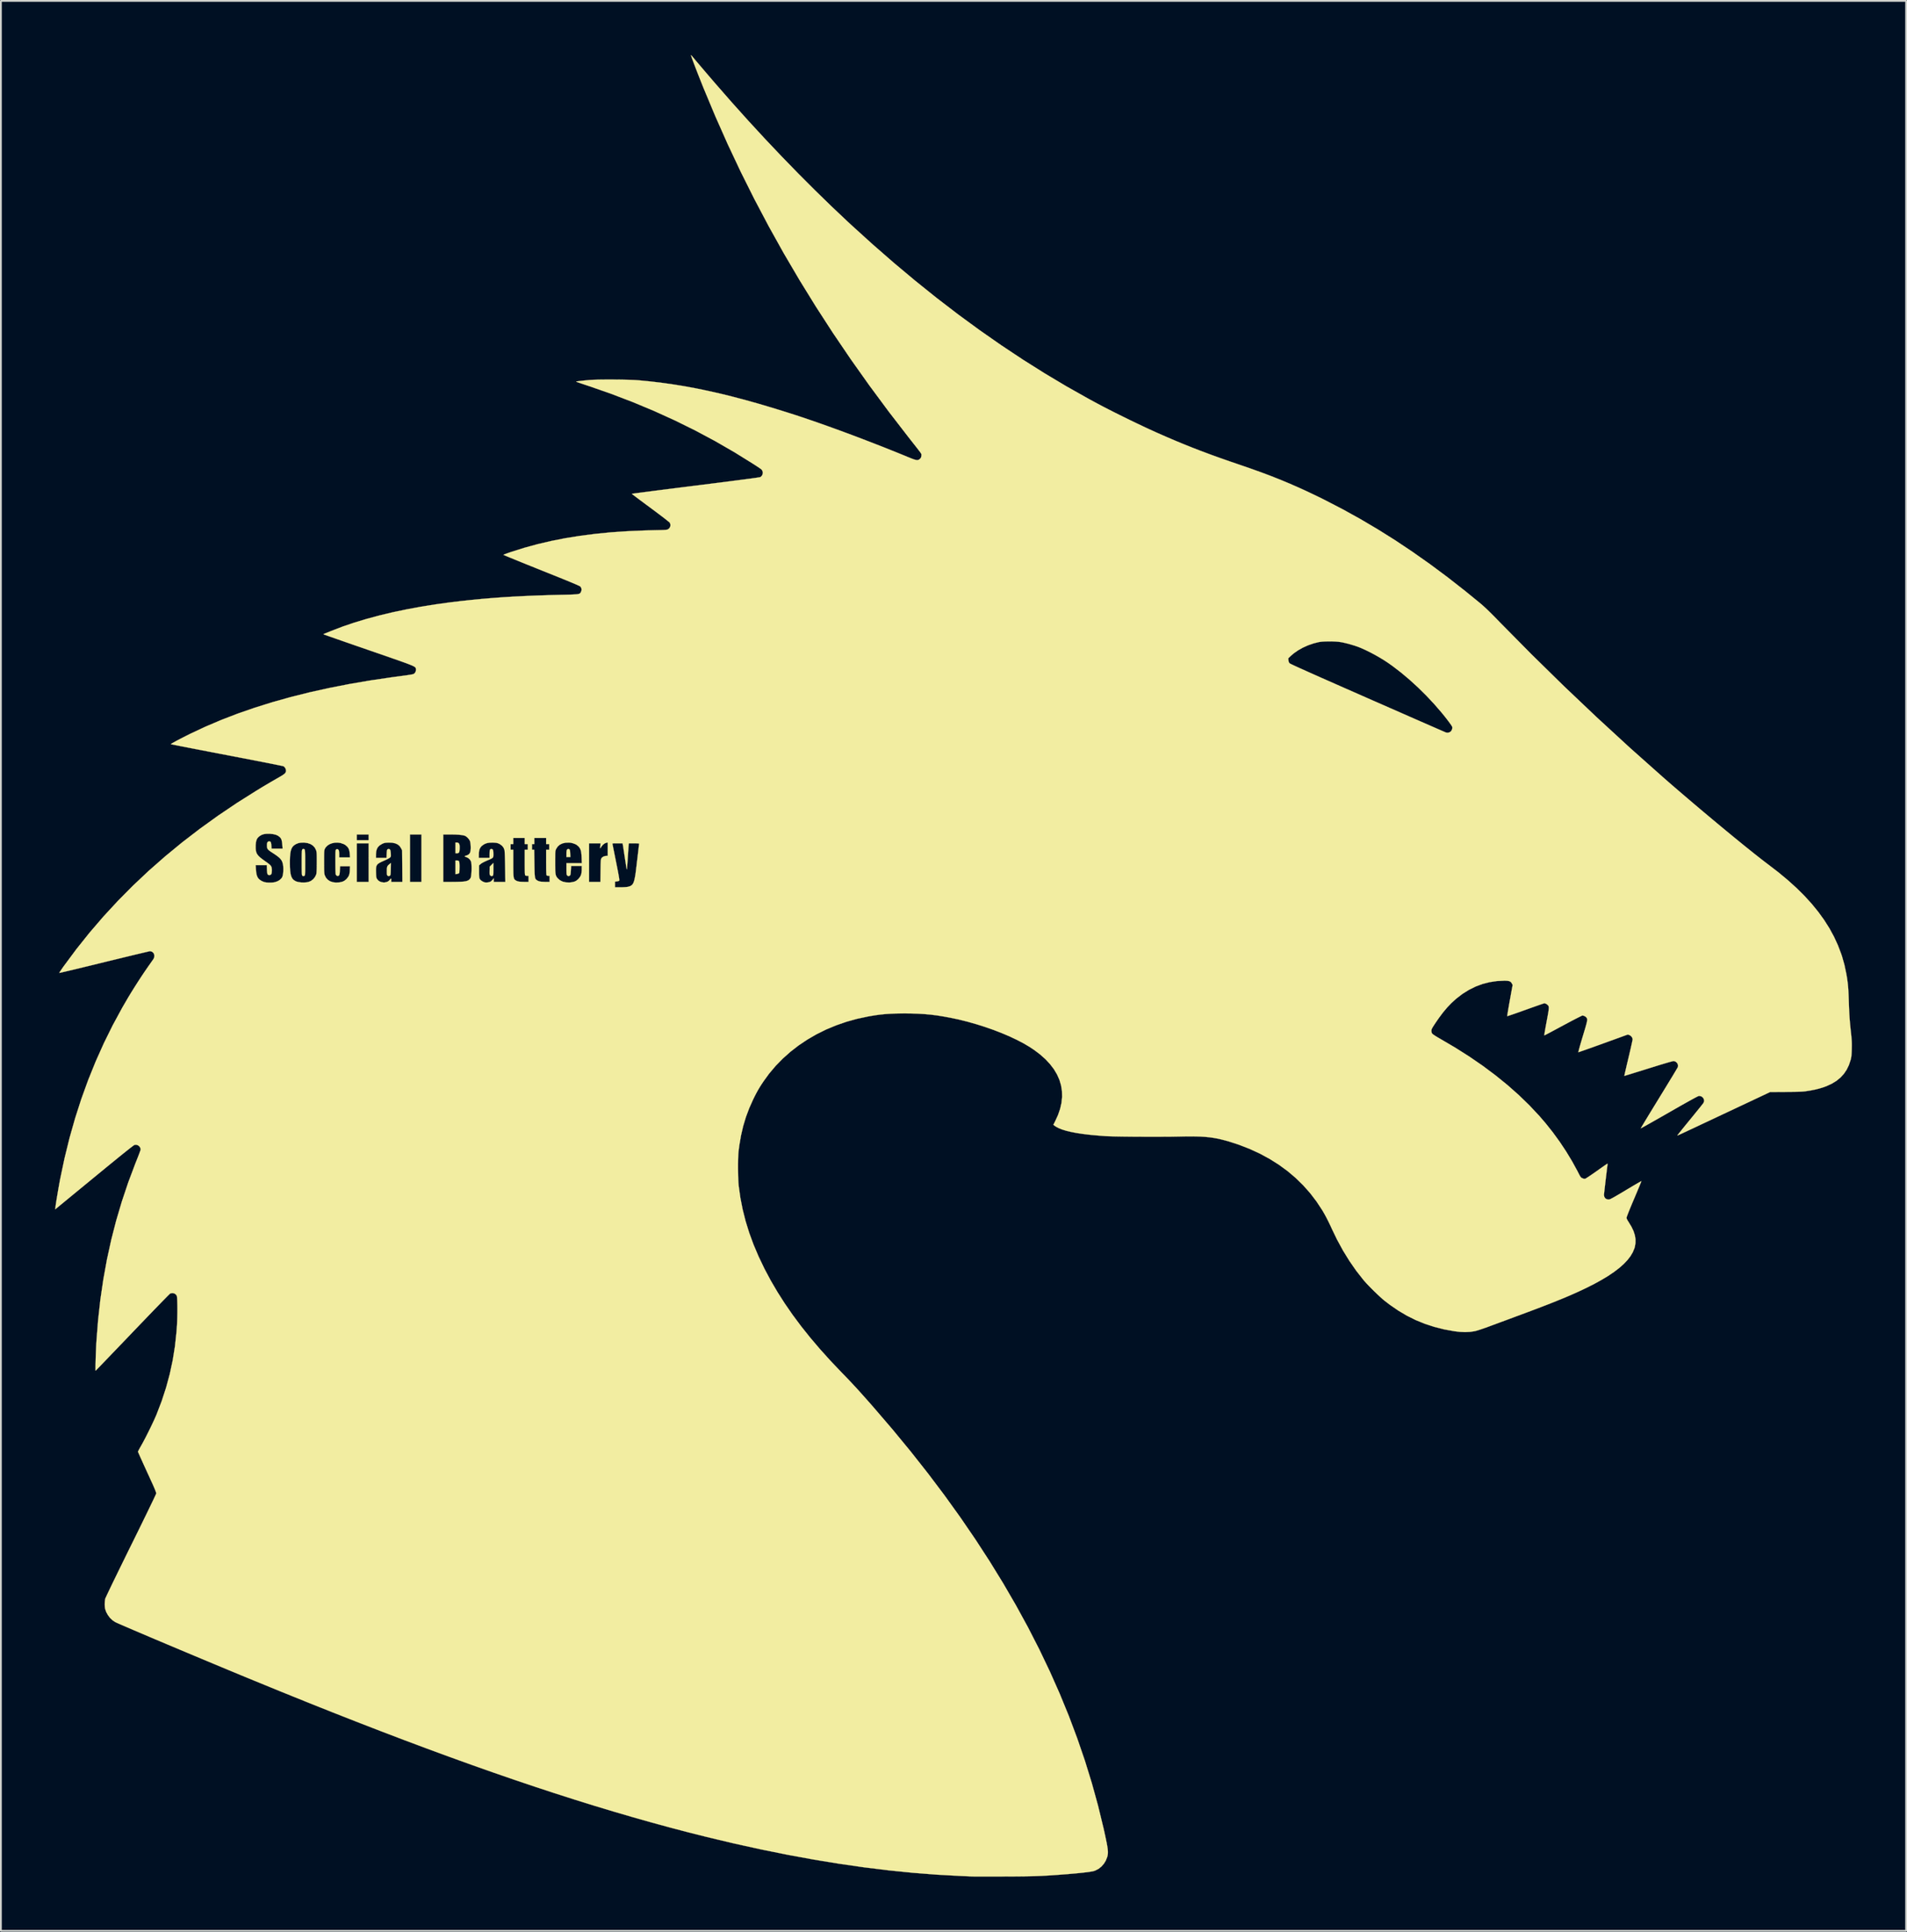
<source format=kicad_pcb>
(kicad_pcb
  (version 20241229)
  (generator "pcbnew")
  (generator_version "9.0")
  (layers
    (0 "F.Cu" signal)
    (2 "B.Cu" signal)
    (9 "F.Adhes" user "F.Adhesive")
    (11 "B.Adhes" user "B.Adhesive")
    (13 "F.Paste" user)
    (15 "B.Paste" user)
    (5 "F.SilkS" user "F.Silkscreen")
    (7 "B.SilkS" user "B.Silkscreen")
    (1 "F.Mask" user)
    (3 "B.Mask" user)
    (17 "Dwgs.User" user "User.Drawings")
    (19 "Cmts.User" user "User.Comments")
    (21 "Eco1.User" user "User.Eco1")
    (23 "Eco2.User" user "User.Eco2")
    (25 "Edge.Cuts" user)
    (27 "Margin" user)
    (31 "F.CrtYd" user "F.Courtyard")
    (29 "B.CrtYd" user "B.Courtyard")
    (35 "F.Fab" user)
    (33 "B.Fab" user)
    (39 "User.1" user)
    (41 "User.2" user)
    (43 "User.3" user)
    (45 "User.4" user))
  (footprint "Badge_DragonJAR_2024_cuerpo"
    (layer "F.Cu")
    (at 49.711 50.359)
    (property "Reference" "Badge_DragonJAR_2024_cuerpo" (at 0 0 0) (layer "F.SilkS") (effects (font (size 1.27 1.27) (thickness 0.15))))
    (attr through_hole)
    (fp_poly (pts (xy -21.277 -6.45) (xy -21.248 -6.429) (xy -21.23 -6.387) (xy -21.219 -6.316) (xy -21.213 -6.214) (xy -21.204 -6.011) (xy -21.421 -6.011) (xy -21.421 -6.2) (xy -21.417 -6.313) (xy -21.404 -6.389) (xy -21.379 -6.434) (xy -21.342 -6.454) (xy -21.319 -6.456) (xy -21.277 -6.45)) (stroke (width 0.01) (type solid)) (fill yes) (layer "F.SilkS"))
    (fp_poly (pts (xy -27.419 -6.804) (xy -27.372 -6.768) (xy -27.342 -6.704) (xy -27.328 -6.607) (xy -27.329 -6.474) (xy -27.331 -6.444) (xy -27.341 -6.344) (xy -27.359 -6.278) (xy -27.39 -6.241) (xy -27.437 -6.225) (xy -27.477 -6.223) (xy -27.559 -6.223) (xy -27.559 -6.816) (xy -27.486 -6.816) (xy -27.419 -6.804)) (stroke (width 0.01) (type solid)) (fill yes) (layer "F.SilkS"))
    (fp_poly (pts (xy -27.434 -5.818) (xy -27.394 -5.807) (xy -27.367 -5.781) (xy -27.35 -5.734) (xy -27.341 -5.661) (xy -27.337 -5.555) (xy -27.337 -5.453) (xy -27.339 -5.308) (xy -27.344 -5.204) (xy -27.353 -5.141) (xy -27.362 -5.121) (xy -27.397 -5.101) (xy -27.455 -5.084) (xy -27.473 -5.08) (xy -27.559 -5.065) (xy -27.559 -5.821) (xy -27.489 -5.821) (xy -27.434 -5.818)) (stroke (width 0.01) (type solid)) (fill yes) (layer "F.SilkS"))
    (fp_poly (pts (xy -25.463 -5.34) (xy -25.464 -5.211) (xy -25.465 -5.119) (xy -25.469 -5.056) (xy -25.475 -5.016) (xy -25.484 -4.992) (xy -25.498 -4.979) (xy -25.504 -4.975) (xy -25.557 -4.955) (xy -25.598 -4.966) (xy -25.635 -4.997) (xy -25.655 -5.021) (xy -25.667 -5.05) (xy -25.673 -5.093) (xy -25.674 -5.161) (xy -25.672 -5.261) (xy -25.672 -5.262) (xy -25.665 -5.482) (xy -25.564 -5.582) (xy -25.463 -5.683) (xy -25.463 -5.34)) (stroke (width 0.01) (type solid)) (fill yes) (layer "F.SilkS"))
    (fp_poly (pts (xy -31.14 -5.347) (xy -31.143 -5.22) (xy -31.147 -5.128) (xy -31.152 -5.066) (xy -31.159 -5.025) (xy -31.17 -5.001) (xy -31.185 -4.985) (xy -31.188 -4.983) (xy -31.24 -4.956) (xy -31.287 -4.964) (xy -31.317 -4.983) (xy -31.336 -5.001) (xy -31.348 -5.029) (xy -31.355 -5.075) (xy -31.358 -5.148) (xy -31.358 -5.236) (xy -31.356 -5.352) (xy -31.347 -5.436) (xy -31.326 -5.499) (xy -31.29 -5.551) (xy -31.234 -5.602) (xy -31.203 -5.627) (xy -31.133 -5.68) (xy -31.14 -5.347)) (stroke (width 0.01) (type solid)) (fill yes) (layer "F.SilkS"))
    (fp_poly (pts (xy -35.948 -6.455) (xy -35.927 -6.449) (xy -35.912 -6.434) (xy -35.899 -6.405) (xy -35.891 -6.36) (xy -35.885 -6.293) (xy -35.881 -6.201) (xy -35.879 -6.079) (xy -35.878 -5.924) (xy -35.878 -5.731) (xy -35.877 -5.701) (xy -35.878 -5.51) (xy -35.878 -5.356) (xy -35.879 -5.236) (xy -35.881 -5.146) (xy -35.884 -5.08) (xy -35.888 -5.035) (xy -35.894 -5.006) (xy -35.902 -4.989) (xy -35.912 -4.979) (xy -35.918 -4.975) (xy -35.971 -4.955) (xy -36.011 -4.966) (xy -36.035 -4.986) (xy -36.044 -5) (xy -36.051 -5.024) (xy -36.057 -5.062) (xy -36.061 -5.118) (xy -36.064 -5.198) (xy -36.066 -5.304) (xy -36.068 -5.443) (xy -36.068 -5.617) (xy -36.068 -5.712) (xy -36.068 -5.909) (xy -36.067 -6.068) (xy -36.065 -6.192) (xy -36.061 -6.287) (xy -36.056 -6.356) (xy -36.047 -6.403) (xy -36.035 -6.432) (xy -36.019 -6.448) (xy -35.999 -6.455) (xy -35.974 -6.456) (xy -35.973 -6.456) (xy -35.948 -6.455)) (stroke (width 0.01) (type solid)) (fill yes) (layer "F.SilkS"))
    (fp_poly (pts (xy -14.511 -50.345) (xy -14.477 -50.311) (xy -14.451 -50.28) (xy -14.39 -50.207) (xy -14.305 -50.105) (xy -14.2 -49.98) (xy -14.078 -49.837) (xy -13.944 -49.679) (xy -13.801 -49.511) (xy -13.653 -49.337) (xy -13.503 -49.163) (xy -13.356 -48.991) (xy -13.215 -48.828) (xy -13.145 -48.747) (xy -12.259 -47.734) (xy -11.357 -46.73) (xy -10.445 -45.741) (xy -9.525 -44.77) (xy -8.603 -43.821) (xy -7.682 -42.899) (xy -6.767 -42.008) (xy -5.86 -41.151) (xy -5.667 -40.972) (xy -4.484 -39.9) (xy -3.303 -38.87) (xy -2.12 -37.88) (xy -0.937 -36.931) (xy 0.25 -36.021) (xy 1.44 -35.15) (xy 2.634 -34.317) (xy 3.833 -33.521) (xy 5.039 -32.762) (xy 6.253 -32.038) (xy 7.475 -31.35) (xy 7.927 -31.105) (xy 8.24 -30.94) (xy 8.584 -30.762) (xy 8.95 -30.577) (xy 9.33 -30.388) (xy 9.717 -30.198) (xy 10.102 -30.012) (xy 10.477 -29.834) (xy 10.835 -29.667) (xy 11.167 -29.516) (xy 11.285 -29.463) (xy 11.784 -29.244) (xy 12.269 -29.037) (xy 12.747 -28.839) (xy 13.224 -28.648) (xy 13.708 -28.461) (xy 14.205 -28.275) (xy 14.723 -28.088) (xy 15.268 -27.897) (xy 15.847 -27.699) (xy 15.862 -27.694) (xy 16.461 -27.487) (xy 17.027 -27.284) (xy 17.566 -27.081) (xy 18.087 -26.875) (xy 18.597 -26.662) (xy 19.104 -26.44) (xy 19.615 -26.206) (xy 20.139 -25.955) (xy 20.532 -25.761) (xy 21.521 -25.249) (xy 22.501 -24.707) (xy 23.473 -24.133) (xy 24.44 -23.526) (xy 25.403 -22.883) (xy 26.365 -22.205) (xy 27.328 -21.489) (xy 28.295 -20.733) (xy 29.079 -20.094) (xy 29.184 -20.006) (xy 29.287 -19.916) (xy 29.391 -19.822) (xy 29.501 -19.72) (xy 29.62 -19.604) (xy 29.754 -19.473) (xy 29.905 -19.321) (xy 30.077 -19.146) (xy 30.239 -18.979) (xy 31.987 -17.211) (xy 33.768 -15.465) (xy 35.58 -13.746) (xy 37.417 -12.057) (xy 39.254 -10.423) (xy 39.57 -10.147) (xy 39.9 -9.861) (xy 40.242 -9.567) (xy 40.593 -9.268) (xy 40.949 -8.965) (xy 41.309 -8.66) (xy 41.671 -8.356) (xy 42.03 -8.056) (xy 42.385 -7.76) (xy 42.734 -7.471) (xy 43.073 -7.192) (xy 43.4 -6.925) (xy 43.712 -6.671) (xy 44.008 -6.433) (xy 44.283 -6.213) (xy 44.536 -6.013) (xy 44.764 -5.835) (xy 44.964 -5.682) (xy 45.074 -5.599) (xy 45.636 -5.167) (xy 46.157 -4.735) (xy 46.637 -4.301) (xy 47.077 -3.865) (xy 47.478 -3.425) (xy 47.84 -2.981) (xy 48.166 -2.531) (xy 48.455 -2.075) (xy 48.708 -1.611) (xy 48.926 -1.138) (xy 49.11 -0.656) (xy 49.158 -0.511) (xy 49.288 -0.052) (xy 49.391 0.436) (xy 49.413 0.558) (xy 49.438 0.714) (xy 49.458 0.858) (xy 49.475 0.996) (xy 49.489 1.136) (xy 49.501 1.287) (xy 49.51 1.455) (xy 49.519 1.647) (xy 49.527 1.872) (xy 49.53 1.961) (xy 49.539 2.22) (xy 49.548 2.447) (xy 49.558 2.652) (xy 49.57 2.847) (xy 49.585 3.04) (xy 49.603 3.244) (xy 49.625 3.467) (xy 49.649 3.694) (xy 49.668 3.876) (xy 49.682 4.027) (xy 49.691 4.158) (xy 49.696 4.281) (xy 49.697 4.406) (xy 49.695 4.544) (xy 49.694 4.604) (xy 49.689 4.757) (xy 49.683 4.877) (xy 49.675 4.975) (xy 49.663 5.058) (xy 49.648 5.136) (xy 49.63 5.21) (xy 49.536 5.493) (xy 49.411 5.75) (xy 49.255 5.981) (xy 49.065 6.187) (xy 48.842 6.368) (xy 48.584 6.525) (xy 48.292 6.659) (xy 48.091 6.731) (xy 47.882 6.794) (xy 47.663 6.848) (xy 47.423 6.895) (xy 47.17 6.935) (xy 47.094 6.945) (xy 47.011 6.954) (xy 46.916 6.96) (xy 46.804 6.966) (xy 46.671 6.97) (xy 46.512 6.973) (xy 46.321 6.975) (xy 46.093 6.977) (xy 46.048 6.977) (xy 45.18 6.982) (xy 42.968 8.023) (xy 42.578 8.206) (xy 42.223 8.373) (xy 41.904 8.524) (xy 41.617 8.658) (xy 41.361 8.778) (xy 41.135 8.885) (xy 40.937 8.978) (xy 40.764 9.059) (xy 40.615 9.129) (xy 40.488 9.188) (xy 40.382 9.237) (xy 40.294 9.278) (xy 40.224 9.31) (xy 40.168 9.336) (xy 40.125 9.355) (xy 40.094 9.368) (xy 40.073 9.377) (xy 40.059 9.382) (xy 40.051 9.383) (xy 40.048 9.383) (xy 40.047 9.381) (xy 40.047 9.38) (xy 40.06 9.361) (xy 40.098 9.313) (xy 40.157 9.238) (xy 40.236 9.14) (xy 40.331 9.021) (xy 40.441 8.885) (xy 40.563 8.735) (xy 40.695 8.574) (xy 40.749 8.508) (xy 40.885 8.342) (xy 41.013 8.184) (xy 41.132 8.037) (xy 41.239 7.905) (xy 41.33 7.792) (xy 41.403 7.7) (xy 41.456 7.633) (xy 41.485 7.594) (xy 41.489 7.588) (xy 41.523 7.5) (xy 41.52 7.41) (xy 41.486 7.327) (xy 41.427 7.259) (xy 41.347 7.214) (xy 41.252 7.199) (xy 41.235 7.2) (xy 41.206 7.21) (xy 41.15 7.235) (xy 41.066 7.278) (xy 40.953 7.338) (xy 40.811 7.416) (xy 40.637 7.512) (xy 40.43 7.628) (xy 40.191 7.763) (xy 39.918 7.919) (xy 39.609 8.096) (xy 39.596 8.103) (xy 39.359 8.239) (xy 39.134 8.367) (xy 38.922 8.488) (xy 38.725 8.6) (xy 38.548 8.7) (xy 38.391 8.788) (xy 38.259 8.862) (xy 38.154 8.921) (xy 38.078 8.962) (xy 38.034 8.986) (xy 38.024 8.99) (xy 38.033 8.971) (xy 38.063 8.918) (xy 38.112 8.835) (xy 38.179 8.723) (xy 38.262 8.585) (xy 38.36 8.424) (xy 38.47 8.242) (xy 38.592 8.042) (xy 38.724 7.826) (xy 38.865 7.596) (xy 39.012 7.356) (xy 39.033 7.321) (xy 39.182 7.079) (xy 39.325 6.845) (xy 39.46 6.624) (xy 39.586 6.417) (xy 39.701 6.228) (xy 39.804 6.059) (xy 39.892 5.912) (xy 39.965 5.79) (xy 40.02 5.696) (xy 40.057 5.633) (xy 40.073 5.603) (xy 40.074 5.602) (xy 40.084 5.515) (xy 40.06 5.428) (xy 40.009 5.353) (xy 39.936 5.297) (xy 39.85 5.271) (xy 39.832 5.271) (xy 39.795 5.277) (xy 39.72 5.296) (xy 39.609 5.326) (xy 39.466 5.367) (xy 39.292 5.419) (xy 39.09 5.479) (xy 38.863 5.549) (xy 38.613 5.627) (xy 38.433 5.683) (xy 38.206 5.754) (xy 37.992 5.821) (xy 37.793 5.882) (xy 37.613 5.938) (xy 37.456 5.987) (xy 37.324 6.027) (xy 37.221 6.058) (xy 37.15 6.079) (xy 37.115 6.088) (xy 37.112 6.089) (xy 37.115 6.067) (xy 37.128 6.009) (xy 37.148 5.918) (xy 37.176 5.797) (xy 37.21 5.652) (xy 37.248 5.485) (xy 37.292 5.302) (xy 37.338 5.106) (xy 37.385 4.908) (xy 37.429 4.72) (xy 37.469 4.548) (xy 37.503 4.395) (xy 37.532 4.266) (xy 37.553 4.166) (xy 37.567 4.098) (xy 37.571 4.069) (xy 37.552 3.986) (xy 37.5 3.909) (xy 37.427 3.85) (xy 37.389 3.833) (xy 37.303 3.803) (xy 35.945 4.295) (xy 35.716 4.378) (xy 35.498 4.456) (xy 35.296 4.529) (xy 35.111 4.594) (xy 34.948 4.652) (xy 34.81 4.7) (xy 34.7 4.738) (xy 34.621 4.765) (xy 34.576 4.778) (xy 34.568 4.78) (xy 34.57 4.759) (xy 34.583 4.702) (xy 34.607 4.612) (xy 34.639 4.495) (xy 34.679 4.354) (xy 34.726 4.193) (xy 34.778 4.017) (xy 34.812 3.905) (xy 34.877 3.687) (xy 34.932 3.506) (xy 34.975 3.357) (xy 35.008 3.237) (xy 35.032 3.142) (xy 35.047 3.067) (xy 35.055 3.01) (xy 35.055 2.966) (xy 35.05 2.932) (xy 35.038 2.902) (xy 35.022 2.874) (xy 35.016 2.865) (xy 34.966 2.817) (xy 34.894 2.776) (xy 34.818 2.754) (xy 34.794 2.752) (xy 34.766 2.761) (xy 34.704 2.79) (xy 34.613 2.835) (xy 34.495 2.894) (xy 34.355 2.967) (xy 34.195 3.05) (xy 34.019 3.143) (xy 33.832 3.243) (xy 33.722 3.302) (xy 33.53 3.405) (xy 33.35 3.502) (xy 33.184 3.591) (xy 33.036 3.67) (xy 32.909 3.737) (xy 32.808 3.79) (xy 32.734 3.828) (xy 32.693 3.849) (xy 32.684 3.852) (xy 32.684 3.832) (xy 32.692 3.775) (xy 32.705 3.686) (xy 32.725 3.569) (xy 32.749 3.429) (xy 32.778 3.271) (xy 32.81 3.098) (xy 32.849 2.89) (xy 32.88 2.72) (xy 32.904 2.582) (xy 32.92 2.474) (xy 32.93 2.389) (xy 32.933 2.325) (xy 32.93 2.277) (xy 32.921 2.241) (xy 32.907 2.211) (xy 32.887 2.185) (xy 32.878 2.175) (xy 32.82 2.127) (xy 32.751 2.09) (xy 32.691 2.074) (xy 32.688 2.074) (xy 32.662 2.081) (xy 32.599 2.101) (xy 32.504 2.133) (xy 32.382 2.176) (xy 32.235 2.227) (xy 32.069 2.286) (xy 31.886 2.351) (xy 31.691 2.421) (xy 31.648 2.436) (xy 31.452 2.506) (xy 31.269 2.572) (xy 31.101 2.631) (xy 30.953 2.682) (xy 30.828 2.725) (xy 30.731 2.757) (xy 30.666 2.778) (xy 30.635 2.785) (xy 30.633 2.785) (xy 30.634 2.762) (xy 30.642 2.702) (xy 30.656 2.609) (xy 30.676 2.488) (xy 30.701 2.343) (xy 30.729 2.179) (xy 30.761 1.999) (xy 30.776 1.918) (xy 30.931 1.064) (xy 30.891 0.984) (xy 30.851 0.921) (xy 30.8 0.876) (xy 30.729 0.847) (xy 30.634 0.831) (xy 30.504 0.826) (xy 30.474 0.826) (xy 30.058 0.846) (xy 29.653 0.907) (xy 29.26 1.008) (xy 28.88 1.15) (xy 28.511 1.333) (xy 28.156 1.555) (xy 27.813 1.818) (xy 27.781 1.846) (xy 27.542 2.065) (xy 27.311 2.306) (xy 27.085 2.574) (xy 26.859 2.875) (xy 26.668 3.152) (xy 26.588 3.273) (xy 26.529 3.365) (xy 26.488 3.434) (xy 26.461 3.486) (xy 26.446 3.527) (xy 26.439 3.563) (xy 26.437 3.6) (xy 26.445 3.681) (xy 26.474 3.743) (xy 26.49 3.763) (xy 26.524 3.792) (xy 26.588 3.837) (xy 26.677 3.895) (xy 26.784 3.96) (xy 26.902 4.028) (xy 26.929 4.044) (xy 27.751 4.526) (xy 28.534 5.022) (xy 29.279 5.534) (xy 29.983 6.06) (xy 30.649 6.6) (xy 31.275 7.154) (xy 31.861 7.723) (xy 32.408 8.306) (xy 32.757 8.712) (xy 33.153 9.21) (xy 33.533 9.732) (xy 33.891 10.27) (xy 34.22 10.814) (xy 34.516 11.355) (xy 34.547 11.416) (xy 34.604 11.528) (xy 34.647 11.608) (xy 34.681 11.663) (xy 34.71 11.7) (xy 34.738 11.724) (xy 34.772 11.743) (xy 34.793 11.752) (xy 34.864 11.778) (xy 34.919 11.783) (xy 34.955 11.775) (xy 34.988 11.758) (xy 35.05 11.719) (xy 35.138 11.662) (xy 35.246 11.59) (xy 35.369 11.505) (xy 35.504 11.411) (xy 35.581 11.357) (xy 35.717 11.26) (xy 35.843 11.172) (xy 35.954 11.094) (xy 36.046 11.03) (xy 36.115 10.983) (xy 36.156 10.956) (xy 36.166 10.95) (xy 36.182 10.959) (xy 36.182 10.99) (xy 36.174 11.041) (xy 36.163 11.127) (xy 36.149 11.239) (xy 36.133 11.374) (xy 36.115 11.525) (xy 36.095 11.686) (xy 36.076 11.852) (xy 36.056 12.018) (xy 36.038 12.177) (xy 36.021 12.323) (xy 36.006 12.452) (xy 35.995 12.557) (xy 35.987 12.633) (xy 35.983 12.674) (xy 35.983 12.678) (xy 36.002 12.778) (xy 36.054 12.857) (xy 36.131 12.91) (xy 36.229 12.929) (xy 36.267 12.927) (xy 36.299 12.919) (xy 36.347 12.899) (xy 36.414 12.865) (xy 36.504 12.817) (xy 36.619 12.752) (xy 36.76 12.67) (xy 36.932 12.569) (xy 37.137 12.447) (xy 37.2 12.408) (xy 37.372 12.306) (xy 37.532 12.21) (xy 37.677 12.125) (xy 37.804 12.051) (xy 37.908 11.991) (xy 37.987 11.947) (xy 38.036 11.921) (xy 38.053 11.915) (xy 38.046 11.937) (xy 38.024 11.994) (xy 37.988 12.082) (xy 37.941 12.198) (xy 37.882 12.338) (xy 37.815 12.498) (xy 37.741 12.674) (xy 37.661 12.863) (xy 37.645 12.9) (xy 37.555 13.113) (xy 37.473 13.309) (xy 37.401 13.484) (xy 37.34 13.635) (xy 37.292 13.759) (xy 37.257 13.853) (xy 37.237 13.914) (xy 37.232 13.936) (xy 37.245 13.993) (xy 37.285 14.074) (xy 37.351 14.18) (xy 37.504 14.431) (xy 37.618 14.67) (xy 37.692 14.9) (xy 37.729 15.122) (xy 37.727 15.34) (xy 37.689 15.555) (xy 37.664 15.637) (xy 37.574 15.852) (xy 37.446 16.066) (xy 37.279 16.281) (xy 37.074 16.496) (xy 36.83 16.712) (xy 36.546 16.929) (xy 36.222 17.148) (xy 35.857 17.369) (xy 35.45 17.593) (xy 35.063 17.789) (xy 34.832 17.9) (xy 34.595 18.011) (xy 34.347 18.123) (xy 34.086 18.238) (xy 33.808 18.356) (xy 33.51 18.478) (xy 33.191 18.607) (xy 32.845 18.743) (xy 32.471 18.887) (xy 32.066 19.041) (xy 31.625 19.206) (xy 31.221 19.356) (xy 31.004 19.437) (xy 30.772 19.523) (xy 30.534 19.611) (xy 30.299 19.698) (xy 30.077 19.78) (xy 29.874 19.855) (xy 29.701 19.919) (xy 29.676 19.929) (xy 29.432 20.018) (xy 29.221 20.091) (xy 29.045 20.149) (xy 28.904 20.191) (xy 28.809 20.214) (xy 28.569 20.248) (xy 28.301 20.26) (xy 28.015 20.248) (xy 27.718 20.214) (xy 27.718 20.214) (xy 27.144 20.109) (xy 26.597 19.971) (xy 26.072 19.8) (xy 25.566 19.593) (xy 25.077 19.35) (xy 24.602 19.069) (xy 24.137 18.749) (xy 23.855 18.533) (xy 23.738 18.436) (xy 23.601 18.313) (xy 23.45 18.173) (xy 23.292 18.021) (xy 23.134 17.865) (xy 22.984 17.712) (xy 22.848 17.569) (xy 22.733 17.441) (xy 22.687 17.388) (xy 22.281 16.872) (xy 21.899 16.322) (xy 21.542 15.742) (xy 21.212 15.135) (xy 20.971 14.637) (xy 20.85 14.375) (xy 20.739 14.146) (xy 20.636 13.943) (xy 20.538 13.76) (xy 20.44 13.589) (xy 20.402 13.525) (xy 20.081 13.037) (xy 19.728 12.575) (xy 19.343 12.141) (xy 18.927 11.734) (xy 18.48 11.356) (xy 18.003 11.007) (xy 17.496 10.687) (xy 16.96 10.396) (xy 16.396 10.135) (xy 15.803 9.904) (xy 15.258 9.726) (xy 15.023 9.659) (xy 14.799 9.602) (xy 14.581 9.554) (xy 14.362 9.515) (xy 14.138 9.485) (xy 13.903 9.462) (xy 13.652 9.447) (xy 13.379 9.439) (xy 13.078 9.436) (xy 12.745 9.439) (xy 12.488 9.445) (xy 12.298 9.448) (xy 12.08 9.452) (xy 11.839 9.454) (xy 11.578 9.455) (xy 11.304 9.456) (xy 11.018 9.457) (xy 10.727 9.456) (xy 10.434 9.455) (xy 10.144 9.454) (xy 9.86 9.452) (xy 9.587 9.449) (xy 9.329 9.446) (xy 9.092 9.442) (xy 8.877 9.438) (xy 8.692 9.433) (xy 8.538 9.428) (xy 8.421 9.423) (xy 8.393 9.421) (xy 7.932 9.385) (xy 7.513 9.345) (xy 7.134 9.298) (xy 6.795 9.247) (xy 6.494 9.189) (xy 6.231 9.126) (xy 6.006 9.056) (xy 5.816 8.98) (xy 5.661 8.898) (xy 5.569 8.833) (xy 5.521 8.793) (xy 5.618 8.604) (xy 5.777 8.257) (xy 5.894 7.916) (xy 5.97 7.581) (xy 6.004 7.253) (xy 5.996 6.932) (xy 5.947 6.618) (xy 5.857 6.312) (xy 5.725 6.014) (xy 5.553 5.724) (xy 5.339 5.443) (xy 5.085 5.17) (xy 4.79 4.907) (xy 4.455 4.654) (xy 4.202 4.486) (xy 3.867 4.289) (xy 3.495 4.095) (xy 3.092 3.905) (xy 2.661 3.722) (xy 2.209 3.548) (xy 1.741 3.384) (xy 1.262 3.233) (xy 0.776 3.095) (xy 0.29 2.974) (xy -0.148 2.88) (xy -0.538 2.808) (xy -0.906 2.749) (xy -1.262 2.704) (xy -1.618 2.672) (xy -1.986 2.65) (xy -2.376 2.639) (xy -2.678 2.637) (xy -2.996 2.638) (xy -3.282 2.644) (xy -3.543 2.656) (xy -3.789 2.673) (xy -4.028 2.697) (xy -4.27 2.728) (xy -4.523 2.768) (xy -4.737 2.805) (xy -5.343 2.935) (xy -5.933 3.099) (xy -6.504 3.297) (xy -7.056 3.527) (xy -7.585 3.789) (xy -8.091 4.082) (xy -8.572 4.404) (xy -9.025 4.755) (xy -9.45 5.133) (xy -9.845 5.537) (xy -10.208 5.967) (xy -10.517 6.392) (xy -10.635 6.57) (xy -10.736 6.73) (xy -10.828 6.885) (xy -10.916 7.046) (xy -11.009 7.225) (xy -11.09 7.391) (xy -11.307 7.875) (xy -11.491 8.366) (xy -11.643 8.87) (xy -11.764 9.393) (xy -11.857 9.94) (xy -11.9 10.276) (xy -11.91 10.405) (xy -11.918 10.569) (xy -11.924 10.758) (xy -11.927 10.966) (xy -11.927 11.183) (xy -11.925 11.403) (xy -11.921 11.617) (xy -11.914 11.817) (xy -11.905 11.995) (xy -11.893 12.142) (xy -11.889 12.181) (xy -11.798 12.833) (xy -11.671 13.48) (xy -11.508 14.125) (xy -11.308 14.77) (xy -11.07 15.418) (xy -10.792 16.073) (xy -10.475 16.735) (xy -10.455 16.775) (xy -10.117 17.409) (xy -9.748 18.039) (xy -9.348 18.666) (xy -8.915 19.293) (xy -8.448 19.921) (xy -7.945 20.552) (xy -7.405 21.187) (xy -6.827 21.829) (xy -6.209 22.479) (xy -6.138 22.553) (xy -5.952 22.744) (xy -5.769 22.935) (xy -5.585 23.131) (xy -5.396 23.335) (xy -5.198 23.552) (xy -4.987 23.788) (xy -4.758 24.045) (xy -4.508 24.329) (xy -4.423 24.426) (xy -3.38 25.641) (xy -2.38 26.855) (xy -1.422 28.069) (xy -0.506 29.283) (xy 0.368 30.498) (xy 1.2 31.714) (xy 1.991 32.93) (xy 2.741 34.148) (xy 3.449 35.367) (xy 4.117 36.587) (xy 4.743 37.81) (xy 5.328 39.034) (xy 5.873 40.262) (xy 6.377 41.491) (xy 6.84 42.724) (xy 7.264 43.96) (xy 7.647 45.199) (xy 7.99 46.442) (xy 8.293 47.688) (xy 8.329 47.847) (xy 8.385 48.102) (xy 8.431 48.32) (xy 8.469 48.505) (xy 8.498 48.661) (xy 8.518 48.792) (xy 8.531 48.903) (xy 8.537 48.998) (xy 8.536 49.08) (xy 8.529 49.154) (xy 8.516 49.223) (xy 8.499 49.289) (xy 8.422 49.486) (xy 8.313 49.664) (xy 8.176 49.819) (xy 8.016 49.945) (xy 7.837 50.037) (xy 7.769 50.061) (xy 7.682 50.082) (xy 7.554 50.104) (xy 7.386 50.128) (xy 7.179 50.152) (xy 6.934 50.178) (xy 6.653 50.204) (xy 6.336 50.232) (xy 5.984 50.259) (xy 5.98 50.26) (xy 5.73 50.278) (xy 5.5 50.294) (xy 5.286 50.308) (xy 5.081 50.32) (xy 4.88 50.331) (xy 4.679 50.339) (xy 4.472 50.346) (xy 4.254 50.351) (xy 4.02 50.356) (xy 3.764 50.359) (xy 3.482 50.362) (xy 3.168 50.364) (xy 2.818 50.365) (xy 2.794 50.365) (xy 2.532 50.366) (xy 2.279 50.367) (xy 2.039 50.367) (xy 1.816 50.367) (xy 1.612 50.367) (xy 1.433 50.367) (xy 1.282 50.366) (xy 1.161 50.366) (xy 1.075 50.365) (xy 1.028 50.364) (xy 1.027 50.364) (xy 0.964 50.361) (xy 0.866 50.357) (xy 0.743 50.351) (xy 0.6 50.345) (xy 0.447 50.339) (xy 0.339 50.334) (xy -0.942 50.264) (xy -2.249 50.162) (xy -3.584 50.027) (xy -4.945 49.86) (xy -6.332 49.661) (xy -7.746 49.429) (xy -9.185 49.165) (xy -10.651 48.869) (xy -12.142 48.541) (xy -13.659 48.18) (xy -14.69 47.921) (xy -15.697 47.656) (xy -16.717 47.378) (xy -17.752 47.085) (xy -18.802 46.778) (xy -19.869 46.457) (xy -20.953 46.119) (xy -22.057 45.766) (xy -23.181 45.396) (xy -24.326 45.01) (xy -25.494 44.607) (xy -26.686 44.186) (xy -27.903 43.747) (xy -29.146 43.29) (xy -30.417 42.814) (xy -31.716 42.319) (xy -33.046 41.804) (xy -34.406 41.27) (xy -35.799 40.714) (xy -37.225 40.138) (xy -38.686 39.54) (xy -39.074 39.381) (xy -39.413 39.241) (xy -39.764 39.095) (xy -40.127 38.945) (xy -40.497 38.79) (xy -40.874 38.633) (xy -41.255 38.474) (xy -41.638 38.314) (xy -42.021 38.154) (xy -42.401 37.994) (xy -42.777 37.837) (xy -43.146 37.681) (xy -43.506 37.53) (xy -43.855 37.382) (xy -44.191 37.241) (xy -44.511 37.105) (xy -44.814 36.976) (xy -45.096 36.856) (xy -45.357 36.745) (xy -45.594 36.643) (xy -45.805 36.552) (xy -45.987 36.474) (xy -46.139 36.407) (xy -46.258 36.355) (xy -46.342 36.316) (xy -46.386 36.295) (xy -46.536 36.195) (xy -46.674 36.063) (xy -46.792 35.907) (xy -46.885 35.738) (xy -46.945 35.564) (xy -46.946 35.56) (xy -46.962 35.451) (xy -46.967 35.319) (xy -46.963 35.183) (xy -46.949 35.06) (xy -46.938 35.006) (xy -46.925 34.973) (xy -46.894 34.905) (xy -46.847 34.803) (xy -46.784 34.67) (xy -46.707 34.508) (xy -46.616 34.319) (xy -46.513 34.105) (xy -46.398 33.869) (xy -46.273 33.612) (xy -46.139 33.338) (xy -45.996 33.047) (xy -45.847 32.743) (xy -45.692 32.427) (xy -45.531 32.102) (xy -45.518 32.075) (xy -45.357 31.75) (xy -45.202 31.435) (xy -45.053 31.132) (xy -44.911 30.842) (xy -44.778 30.569) (xy -44.653 30.314) (xy -44.539 30.079) (xy -44.437 29.867) (xy -44.347 29.68) (xy -44.27 29.52) (xy -44.208 29.388) (xy -44.161 29.288) (xy -44.131 29.221) (xy -44.119 29.19) (xy -44.118 29.189) (xy -44.118 29.168) (xy -44.124 29.138) (xy -44.136 29.097) (xy -44.157 29.041) (xy -44.186 28.966) (xy -44.226 28.871) (xy -44.278 28.752) (xy -44.343 28.607) (xy -44.423 28.432) (xy -44.518 28.224) (xy -44.618 28.006) (xy -44.711 27.802) (xy -44.799 27.61) (xy -44.879 27.433) (xy -44.951 27.274) (xy -45.013 27.136) (xy -45.063 27.024) (xy -45.1 26.94) (xy -45.122 26.888) (xy -45.127 26.873) (xy -45.117 26.847) (xy -45.089 26.791) (xy -45.047 26.712) (xy -44.993 26.616) (xy -44.945 26.532) (xy -44.855 26.37) (xy -44.753 26.179) (xy -44.645 25.968) (xy -44.533 25.746) (xy -44.422 25.521) (xy -44.318 25.302) (xy -44.223 25.098) (xy -44.142 24.916) (xy -44.102 24.823) (xy -43.817 24.081) (xy -43.573 23.335) (xy -43.369 22.582) (xy -43.205 21.82) (xy -43.081 21.045) (xy -42.996 20.255) (xy -42.968 19.875) (xy -42.96 19.717) (xy -42.954 19.545) (xy -42.95 19.363) (xy -42.947 19.179) (xy -42.946 18.997) (xy -42.947 18.822) (xy -42.95 18.661) (xy -42.954 18.519) (xy -42.96 18.401) (xy -42.967 18.314) (xy -42.976 18.262) (xy -42.978 18.256) (xy -43.032 18.177) (xy -43.111 18.124) (xy -43.205 18.1) (xy -43.302 18.11) (xy -43.347 18.128) (xy -43.369 18.147) (xy -43.418 18.195) (xy -43.493 18.269) (xy -43.591 18.369) (xy -43.713 18.493) (xy -43.854 18.638) (xy -44.015 18.803) (xy -44.193 18.986) (xy -44.386 19.186) (xy -44.593 19.401) (xy -44.811 19.628) (xy -45.04 19.866) (xy -45.278 20.114) (xy -45.434 20.277) (xy -45.675 20.529) (xy -45.908 20.772) (xy -46.132 21.005) (xy -46.344 21.226) (xy -46.543 21.433) (xy -46.727 21.625) (xy -46.895 21.8) (xy -47.045 21.955) (xy -47.175 22.09) (xy -47.284 22.203) (xy -47.37 22.291) (xy -47.431 22.353) (xy -47.465 22.388) (xy -47.472 22.394) (xy -47.476 22.374) (xy -47.477 22.317) (xy -47.477 22.227) (xy -47.476 22.11) (xy -47.473 21.971) (xy -47.469 21.816) (xy -47.464 21.648) (xy -47.458 21.474) (xy -47.451 21.298) (xy -47.444 21.126) (xy -47.436 20.962) (xy -47.428 20.812) (xy -47.424 20.754) (xy -47.333 19.597) (xy -47.207 18.461) (xy -47.043 17.344) (xy -46.843 16.244) (xy -46.606 15.16) (xy -46.331 14.09) (xy -46.017 13.032) (xy -45.666 11.984) (xy -45.275 10.945) (xy -45.21 10.782) (xy -45.151 10.634) (xy -45.098 10.497) (xy -45.052 10.376) (xy -45.015 10.277) (xy -44.991 10.205) (xy -44.98 10.165) (xy -44.979 10.161) (xy -44.998 10.068) (xy -45.05 9.989) (xy -45.125 9.93) (xy -45.214 9.9) (xy -45.308 9.904) (xy -45.312 9.905) (xy -45.336 9.917) (xy -45.379 9.946) (xy -45.443 9.993) (xy -45.53 10.059) (xy -45.639 10.145) (xy -45.773 10.251) (xy -45.932 10.378) (xy -46.118 10.528) (xy -46.331 10.701) (xy -46.573 10.898) (xy -46.844 11.119) (xy -47.146 11.367) (xy -47.384 11.562) (xy -47.64 11.772) (xy -47.889 11.977) (xy -48.129 12.174) (xy -48.358 12.362) (xy -48.574 12.539) (xy -48.773 12.703) (xy -48.955 12.852) (xy -49.117 12.985) (xy -49.256 13.1) (xy -49.371 13.194) (xy -49.459 13.266) (xy -49.518 13.315) (xy -49.541 13.334) (xy -49.706 13.47) (xy -49.691 13.334) (xy -49.68 13.256) (xy -49.664 13.143) (xy -49.642 13.003) (xy -49.616 12.841) (xy -49.586 12.664) (xy -49.555 12.48) (xy -49.523 12.295) (xy -49.491 12.116) (xy -49.461 11.949) (xy -49.433 11.802) (xy -49.433 11.8) (xy -49.192 10.657) (xy -48.917 9.538) (xy -48.607 8.442) (xy -48.262 7.369) (xy -47.881 6.318) (xy -47.465 5.289) (xy -47.013 4.281) (xy -46.525 3.293) (xy -46 2.325) (xy -45.651 1.725) (xy -45.485 1.452) (xy -45.305 1.165) (xy -45.119 0.873) (xy -44.932 0.587) (xy -44.75 0.316) (xy -44.58 0.069) (xy -44.522 -0.014) (xy -44.45 -0.115) (xy -44.383 -0.211) (xy -44.326 -0.292) (xy -44.284 -0.352) (xy -44.271 -0.371) (xy -44.227 -0.466) (xy -44.218 -0.562) (xy -44.239 -0.652) (xy -44.288 -0.728) (xy -44.36 -0.781) (xy -44.452 -0.804) (xy -44.465 -0.805) (xy -44.493 -0.8) (xy -44.559 -0.785) (xy -44.661 -0.762) (xy -44.797 -0.73) (xy -44.963 -0.691) (xy -45.158 -0.645) (xy -45.378 -0.592) (xy -45.621 -0.533) (xy -45.884 -0.47) (xy -46.165 -0.402) (xy -46.462 -0.329) (xy -46.771 -0.254) (xy -46.996 -0.199) (xy -47.312 -0.122) (xy -47.616 -0.047) (xy -47.905 0.023) (xy -48.179 0.089) (xy -48.433 0.151) (xy -48.666 0.207) (xy -48.874 0.257) (xy -49.056 0.3) (xy -49.209 0.336) (xy -49.331 0.364) (xy -49.418 0.384) (xy -49.468 0.394) (xy -49.48 0.396) (xy -49.471 0.376) (xy -49.442 0.327) (xy -49.393 0.254) (xy -49.331 0.162) (xy -49.257 0.056) (xy -49.221 0.007) (xy -48.529 -0.925) (xy -47.801 -1.835) (xy -47.038 -2.722) (xy -46.239 -3.586) (xy -45.405 -4.428) (xy -44.536 -5.247) (xy -43.63 -6.043) (xy -42.961 -6.593) (xy -38.616 -6.593) (xy -38.613 -6.461) (xy -38.6 -6.35) (xy -38.574 -6.253) (xy -38.53 -6.166) (xy -38.464 -6.082) (xy -38.374 -5.995) (xy -38.254 -5.899) (xy -38.102 -5.79) (xy -38.089 -5.781) (xy -37.966 -5.693) (xy -37.873 -5.623) (xy -37.807 -5.563) (xy -37.763 -5.507) (xy -37.737 -5.45) (xy -37.724 -5.386) (xy -37.719 -5.307) (xy -37.719 -5.27) (xy -37.724 -5.158) (xy -37.742 -5.082) (xy -37.776 -5.038) (xy -37.827 -5.018) (xy -37.855 -5.016) (xy -37.904 -5.021) (xy -37.938 -5.039) (xy -37.962 -5.076) (xy -37.977 -5.138) (xy -37.986 -5.232) (xy -37.99 -5.325) (xy -37.999 -5.567) (xy -38.614 -5.567) (xy -38.601 -5.339) (xy -38.587 -5.172) (xy -38.563 -5.04) (xy -38.529 -4.935) (xy -38.482 -4.85) (xy -38.471 -4.836) (xy -38.392 -4.758) (xy -38.284 -4.688) (xy -38.161 -4.635) (xy -38.126 -4.624) (xy -38.021 -4.606) (xy -37.892 -4.597) (xy -37.754 -4.598) (xy -37.625 -4.609) (xy -37.538 -4.626) (xy -37.394 -4.678) (xy -37.273 -4.753) (xy -37.181 -4.845) (xy -37.145 -4.904) (xy -37.117 -4.988) (xy -37.097 -5.103) (xy -37.085 -5.236) (xy -37.083 -5.375) (xy -37.091 -5.51) (xy -37.108 -5.627) (xy -37.114 -5.651) (xy -37.127 -5.694) (xy -36.724 -5.694) (xy -36.72 -5.461) (xy -36.709 -5.266) (xy -36.688 -5.106) (xy -36.657 -4.975) (xy -36.614 -4.87) (xy -36.558 -4.788) (xy -36.487 -4.725) (xy -36.399 -4.675) (xy -36.354 -4.656) (xy -36.237 -4.626) (xy -36.096 -4.608) (xy -35.945 -4.604) (xy -35.799 -4.614) (xy -35.687 -4.636) (xy -35.555 -4.692) (xy -35.437 -4.782) (xy -35.339 -4.898) (xy -35.271 -5.033) (xy -35.259 -5.069) (xy -35.25 -5.124) (xy -35.243 -5.219) (xy -35.237 -5.354) (xy -35.234 -5.526) (xy -35.233 -5.715) (xy -35.233 -5.747) (xy -34.83 -5.747) (xy -34.83 -5.562) (xy -34.829 -5.415) (xy -34.827 -5.299) (xy -34.824 -5.21) (xy -34.819 -5.141) (xy -34.813 -5.088) (xy -34.805 -5.046) (xy -34.794 -5.009) (xy -34.79 -4.997) (xy -34.722 -4.861) (xy -34.623 -4.753) (xy -34.496 -4.672) (xy -34.344 -4.62) (xy -34.171 -4.6) (xy -33.98 -4.611) (xy -33.954 -4.615) (xy -33.814 -4.649) (xy -33.702 -4.702) (xy -33.606 -4.781) (xy -33.586 -4.802) (xy -33.511 -4.893) (xy -33.46 -4.979) (xy -33.429 -5.074) (xy -33.411 -5.189) (xy -33.405 -5.286) (xy -33.396 -5.503) (xy -33.945 -5.503) (xy -33.957 -5.286) (xy -33.964 -5.17) (xy -33.973 -5.089) (xy -33.985 -5.035) (xy -34.003 -5.001) (xy -34.028 -4.979) (xy -34.038 -4.973) (xy -34.093 -4.965) (xy -34.145 -4.992) (xy -34.184 -5.047) (xy -34.185 -5.051) (xy -34.19 -5.085) (xy -34.195 -5.156) (xy -34.199 -5.258) (xy -34.202 -5.385) (xy -34.204 -5.532) (xy -34.205 -5.694) (xy -34.205 -5.747) (xy -34.205 -5.931) (xy -34.204 -6.078) (xy -34.203 -6.191) (xy -34.2 -6.276) (xy -34.196 -6.337) (xy -34.19 -6.378) (xy -34.183 -6.404) (xy -34.174 -6.42) (xy -34.171 -6.424) (xy -34.119 -6.451) (xy -34.066 -6.44) (xy -34.023 -6.396) (xy -34.021 -6.392) (xy -34.008 -6.345) (xy -33.998 -6.27) (xy -33.994 -6.18) (xy -33.994 -6.165) (xy -33.994 -5.99) (xy -33.395 -5.99) (xy -33.407 -6.165) (xy -33.421 -6.301) (xy -33.444 -6.405) (xy -33.478 -6.49) (xy -33.528 -6.564) (xy -33.543 -6.582) (xy -33.65 -6.678) (xy -33.78 -6.748) (xy -33.863 -6.773) (xy -33.02 -6.773) (xy -33.02 -4.636) (xy -32.364 -4.636) (xy -32.364 -6.116) (xy -31.962 -6.116) (xy -31.962 -5.969) (xy -31.374 -5.969) (xy -31.366 -6.192) (xy -31.36 -6.302) (xy -31.351 -6.377) (xy -31.335 -6.422) (xy -31.309 -6.446) (xy -31.271 -6.455) (xy -31.25 -6.456) (xy -31.206 -6.446) (xy -31.175 -6.413) (xy -31.155 -6.351) (xy -31.143 -6.255) (xy -31.14 -6.211) (xy -31.136 -6.123) (xy -31.137 -6.067) (xy -31.146 -6.031) (xy -31.164 -6.004) (xy -31.192 -5.978) (xy -31.234 -5.949) (xy -31.306 -5.909) (xy -31.398 -5.863) (xy -31.5 -5.816) (xy -31.512 -5.811) (xy -31.658 -5.746) (xy -31.769 -5.689) (xy -31.85 -5.634) (xy -31.905 -5.574) (xy -31.939 -5.501) (xy -31.956 -5.41) (xy -31.961 -5.293) (xy -31.958 -5.144) (xy -31.954 -5.026) (xy -31.948 -4.941) (xy -31.938 -4.881) (xy -31.923 -4.836) (xy -31.909 -4.807) (xy -31.837 -4.718) (xy -31.741 -4.655) (xy -31.651 -4.623) (xy -31.511 -4.604) (xy -31.377 -4.627) (xy -31.305 -4.657) (xy -31.243 -4.699) (xy -31.193 -4.751) (xy -31.186 -4.762) (xy -31.152 -4.811) (xy -31.13 -4.821) (xy -31.118 -4.79) (xy -31.115 -4.731) (xy -31.115 -4.636) (xy -30.497 -4.636) (xy -30.504 -5.509) (xy -30.512 -6.382) (xy -30.57 -6.5) (xy -30.649 -6.618) (xy -30.756 -6.708) (xy -30.893 -6.77) (xy -31.06 -6.805) (xy -31.259 -6.813) (xy -31.287 -6.812) (xy -31.389 -6.806) (xy -31.464 -6.797) (xy -31.526 -6.78) (xy -31.591 -6.753) (xy -31.636 -6.73) (xy -31.758 -6.655) (xy -31.848 -6.566) (xy -31.91 -6.458) (xy -31.947 -6.324) (xy -31.961 -6.16) (xy -31.962 -6.116) (xy -32.364 -6.116) (xy -32.364 -6.773) (xy -33.02 -6.773) (xy -33.863 -6.773) (xy -33.925 -6.792) (xy -34.08 -6.811) (xy -34.236 -6.806) (xy -34.387 -6.776) (xy -34.526 -6.723) (xy -34.646 -6.646) (xy -34.741 -6.548) (xy -34.78 -6.483) (xy -34.794 -6.453) (xy -34.805 -6.424) (xy -34.814 -6.39) (xy -34.82 -6.347) (xy -34.825 -6.289) (xy -34.827 -6.211) (xy -34.829 -6.108) (xy -34.83 -5.974) (xy -34.83 -5.805) (xy -34.83 -5.747) (xy -35.233 -5.747) (xy -35.233 -5.888) (xy -35.234 -6.025) (xy -35.236 -6.13) (xy -35.239 -6.211) (xy -35.245 -6.273) (xy -35.253 -6.322) (xy -35.263 -6.363) (xy -35.272 -6.391) (xy -35.341 -6.529) (xy -35.443 -6.642) (xy -35.575 -6.727) (xy -35.736 -6.784) (xy -35.924 -6.811) (xy -35.931 -6.811) (xy -36.102 -6.81) (xy -36.247 -6.785) (xy -36.377 -6.733) (xy -36.462 -6.682) (xy -36.535 -6.622) (xy -36.594 -6.549) (xy -36.64 -6.459) (xy -36.675 -6.347) (xy -36.7 -6.209) (xy -36.715 -6.041) (xy -36.723 -5.838) (xy -36.724 -5.694) (xy -37.127 -5.694) (xy -37.142 -5.741) (xy -37.179 -5.821) (xy -37.231 -5.895) (xy -37.301 -5.969) (xy -37.395 -6.047) (xy -37.517 -6.136) (xy -37.656 -6.228) (xy -37.771 -6.303) (xy -37.855 -6.362) (xy -37.913 -6.41) (xy -37.951 -6.454) (xy -37.973 -6.498) (xy -37.984 -6.55) (xy -37.99 -6.615) (xy -37.991 -6.627) (xy -37.989 -6.741) (xy -37.969 -6.82) (xy -37.929 -6.865) (xy -37.869 -6.879) (xy -37.822 -6.873) (xy -37.789 -6.85) (xy -37.768 -6.802) (xy -37.754 -6.724) (xy -37.747 -6.649) (xy -37.734 -6.477) (xy -37.125 -6.477) (xy -37.138 -6.652) (xy -37.15 -6.793) (xy -37.167 -6.9) (xy -37.189 -6.981) (xy -37.22 -7.044) (xy -37.263 -7.098) (xy -37.279 -7.114) (xy -37.379 -7.191) (xy -37.502 -7.246) (xy -37.564 -7.26) (xy -33.02 -7.26) (xy -33.02 -6.943) (xy -32.364 -6.943) (xy -32.364 -7.26) (xy -30.078 -7.26) (xy -30.078 -4.636) (xy -29.443 -4.636) (xy -28.236 -4.636) (xy -27.765 -4.636) (xy -27.614 -4.637) (xy -27.465 -4.64) (xy -27.326 -4.644) (xy -27.209 -4.649) (xy -27.121 -4.655) (xy -27.107 -4.656) (xy -26.967 -4.679) (xy -26.862 -4.716) (xy -26.785 -4.771) (xy -26.728 -4.847) (xy -26.721 -4.861) (xy -26.703 -4.92) (xy -26.689 -5.012) (xy -26.678 -5.127) (xy -26.671 -5.256) (xy -26.669 -5.389) (xy -26.671 -5.517) (xy -26.677 -5.631) (xy -26.688 -5.721) (xy -26.7 -5.767) (xy -26.764 -5.878) (xy -26.86 -5.962) (xy -26.876 -5.969) (xy -26.268 -5.969) (xy -25.675 -5.969) (xy -25.675 -6.171) (xy -25.672 -6.29) (xy -25.663 -6.372) (xy -25.645 -6.424) (xy -25.616 -6.45) (xy -25.581 -6.456) (xy -25.531 -6.449) (xy -25.497 -6.424) (xy -25.476 -6.374) (xy -25.466 -6.294) (xy -25.463 -6.189) (xy -25.463 -6.112) (xy -25.466 -6.054) (xy -25.477 -6.01) (xy -25.501 -5.974) (xy -25.543 -5.941) (xy -25.608 -5.907) (xy -25.702 -5.865) (xy -25.828 -5.812) (xy -25.835 -5.809) (xy -25.953 -5.755) (xy -26.058 -5.701) (xy -26.138 -5.652) (xy -26.169 -5.627) (xy -26.257 -5.551) (xy -26.257 -5.215) (xy -26.257 -5.081) (xy -26.254 -4.983) (xy -26.248 -4.911) (xy -26.24 -4.859) (xy -26.227 -4.82) (xy -26.219 -4.803) (xy -26.166 -4.734) (xy -26.082 -4.672) (xy -25.982 -4.625) (xy -25.941 -4.612) (xy -25.855 -4.604) (xy -25.755 -4.612) (xy -25.663 -4.634) (xy -25.63 -4.648) (xy -25.581 -4.682) (xy -25.527 -4.734) (xy -25.508 -4.756) (xy -25.442 -4.836) (xy -25.442 -4.636) (xy -24.801 -4.636) (xy -24.813 -5.466) (xy -24.817 -5.688) (xy -24.821 -5.887) (xy -24.826 -6.059) (xy -24.832 -6.202) (xy -24.839 -6.311) (xy -24.845 -6.383) (xy -24.849 -6.406) (xy -24.898 -6.529) (xy -24.983 -6.637) (xy -25.102 -6.724) (xy -25.114 -6.731) (xy -24.511 -6.731) (xy -24.511 -6.413) (xy -24.363 -6.413) (xy -24.363 -5.673) (xy -24.363 -5.458) (xy -24.361 -5.281) (xy -24.359 -5.138) (xy -24.354 -5.025) (xy -24.346 -4.937) (xy -24.335 -4.871) (xy -24.32 -4.821) (xy -24.3 -4.784) (xy -24.274 -4.756) (xy -24.243 -4.731) (xy -24.219 -4.716) (xy -24.163 -4.687) (xy -24.099 -4.666) (xy -24.019 -4.651) (xy -23.916 -4.643) (xy -23.78 -4.639) (xy -23.744 -4.638) (xy -23.516 -4.636) (xy -23.516 -4.974) (xy -23.597 -4.974) (xy -23.656 -4.98) (xy -23.698 -4.996) (xy -23.702 -5) (xy -23.71 -5.02) (xy -23.716 -5.065) (xy -23.721 -5.138) (xy -23.724 -5.243) (xy -23.726 -5.382) (xy -23.728 -5.558) (xy -23.728 -5.719) (xy -23.728 -6.413) (xy -23.558 -6.413) (xy -23.558 -6.731) (xy -23.326 -6.731) (xy -23.326 -6.413) (xy -23.205 -6.413) (xy -23.194 -5.667) (xy -23.191 -5.454) (xy -23.187 -5.278) (xy -23.183 -5.137) (xy -23.176 -5.025) (xy -23.168 -4.938) (xy -23.156 -4.872) (xy -23.141 -4.824) (xy -23.121 -4.787) (xy -23.096 -4.76) (xy -23.065 -4.736) (xy -23.038 -4.719) (xy -22.979 -4.688) (xy -22.914 -4.666) (xy -22.834 -4.651) (xy -22.73 -4.643) (xy -22.593 -4.638) (xy -22.569 -4.638) (xy -22.352 -4.636) (xy -22.352 -4.974) (xy -22.422 -4.974) (xy -22.478 -4.981) (xy -22.517 -4.999) (xy -22.517 -5) (xy -22.525 -5.02) (xy -22.531 -5.065) (xy -22.535 -5.138) (xy -22.539 -5.243) (xy -22.541 -5.382) (xy -22.542 -5.558) (xy -22.543 -5.719) (xy -22.543 -5.737) (xy -22.045 -5.737) (xy -22.045 -5.736) (xy -22.045 -5.537) (xy -22.043 -5.376) (xy -22.039 -5.246) (xy -22.031 -5.144) (xy -22.02 -5.063) (xy -22.004 -4.998) (xy -21.982 -4.946) (xy -21.953 -4.899) (xy -21.917 -4.854) (xy -21.894 -4.828) (xy -21.774 -4.725) (xy -21.627 -4.653) (xy -21.455 -4.613) (xy -21.262 -4.604) (xy -21.221 -4.607) (xy -21.125 -4.619) (xy -21.026 -4.64) (xy -20.963 -4.659) (xy -20.869 -4.707) (xy -20.78 -4.781) (xy -20.745 -4.818) (xy -20.67 -4.912) (xy -20.619 -5.01) (xy -20.589 -5.123) (xy -20.575 -5.26) (xy -20.574 -5.338) (xy -20.574 -5.524) (xy -21.161 -5.524) (xy -21.176 -5.27) (xy -21.184 -5.161) (xy -21.191 -5.086) (xy -21.2 -5.038) (xy -21.213 -5.008) (xy -21.231 -4.989) (xy -21.237 -4.985) (xy -21.293 -4.956) (xy -21.34 -4.965) (xy -21.378 -4.995) (xy -21.395 -5.015) (xy -21.406 -5.041) (xy -21.414 -5.08) (xy -21.418 -5.14) (xy -21.42 -5.227) (xy -21.421 -5.35) (xy -21.421 -5.355) (xy -21.421 -5.673) (xy -20.569 -5.673) (xy -20.58 -5.974) (xy -20.588 -6.14) (xy -20.603 -6.271) (xy -20.624 -6.375) (xy -20.656 -6.46) (xy -20.699 -6.533) (xy -20.742 -6.587) (xy -20.861 -6.69) (xy -21.008 -6.763) (xy -21.054 -6.773) (xy -20.172 -6.773) (xy -20.172 -4.636) (xy -19.541 -4.636) (xy -19.533 -5.255) (xy -19.53 -5.438) (xy -19.528 -5.583) (xy -19.524 -5.696) (xy -19.52 -5.782) (xy -19.514 -5.844) (xy -19.507 -5.889) (xy -19.498 -5.92) (xy -19.489 -5.94) (xy -19.436 -6) (xy -19.354 -6.046) (xy -19.257 -6.071) (xy -19.208 -6.075) (xy -19.135 -6.075) (xy -19.135 -6.75) (xy -18.877 -6.75) (xy -18.876 -6.733) (xy -18.874 -6.726) (xy -18.867 -6.696) (xy -18.854 -6.629) (xy -18.834 -6.529) (xy -18.808 -6.4) (xy -18.777 -6.247) (xy -18.743 -6.075) (xy -18.705 -5.887) (xy -18.669 -5.708) (xy -18.622 -5.47) (xy -18.583 -5.27) (xy -18.552 -5.106) (xy -18.529 -4.974) (xy -18.512 -4.873) (xy -18.501 -4.798) (xy -18.497 -4.747) (xy -18.497 -4.718) (xy -18.501 -4.708) (xy -18.535 -4.688) (xy -18.595 -4.671) (xy -18.629 -4.665) (xy -18.733 -4.651) (xy -18.733 -4.339) (xy -18.431 -4.339) (xy -18.298 -4.342) (xy -18.176 -4.348) (xy -18.075 -4.357) (xy -18.01 -4.368) (xy -17.918 -4.395) (xy -17.843 -4.431) (xy -17.782 -4.481) (xy -17.733 -4.55) (xy -17.692 -4.642) (xy -17.658 -4.764) (xy -17.626 -4.919) (xy -17.602 -5.059) (xy -17.597 -5.096) (xy -17.588 -5.167) (xy -17.575 -5.269) (xy -17.56 -5.393) (xy -17.542 -5.537) (xy -17.524 -5.693) (xy -17.504 -5.856) (xy -17.484 -6.02) (xy -17.465 -6.181) (xy -17.447 -6.333) (xy -17.431 -6.469) (xy -17.418 -6.585) (xy -17.407 -6.675) (xy -17.401 -6.733) (xy -17.399 -6.754) (xy -17.419 -6.761) (xy -17.474 -6.767) (xy -17.557 -6.771) (xy -17.661 -6.773) (xy -17.683 -6.773) (xy -17.967 -6.773) (xy -17.979 -6.662) (xy -17.984 -6.61) (xy -17.991 -6.522) (xy -17.999 -6.408) (xy -18.008 -6.273) (xy -18.018 -6.126) (xy -18.024 -6.032) (xy -18.037 -5.826) (xy -18.048 -5.66) (xy -18.058 -5.531) (xy -18.067 -5.436) (xy -18.075 -5.375) (xy -18.081 -5.343) (xy -18.087 -5.337) (xy -18.092 -5.359) (xy -18.102 -5.418) (xy -18.117 -5.507) (xy -18.135 -5.623) (xy -18.156 -5.758) (xy -18.179 -5.908) (xy -18.181 -5.927) (xy -18.206 -6.087) (xy -18.229 -6.24) (xy -18.25 -6.379) (xy -18.268 -6.497) (xy -18.282 -6.587) (xy -18.291 -6.641) (xy -18.314 -6.773) (xy -18.599 -6.773) (xy -18.714 -6.773) (xy -18.793 -6.772) (xy -18.842 -6.768) (xy -18.868 -6.761) (xy -18.877 -6.75) (xy -19.135 -6.75) (xy -19.135 -6.821) (xy -19.203 -6.807) (xy -19.302 -6.768) (xy -19.398 -6.696) (xy -19.478 -6.6) (xy -19.483 -6.593) (xy -19.518 -6.54) (xy -19.544 -6.506) (xy -19.552 -6.498) (xy -19.555 -6.517) (xy -19.553 -6.568) (xy -19.547 -6.636) (xy -19.532 -6.773) (xy -20.172 -6.773) (xy -21.054 -6.773) (xy -21.183 -6.803) (xy -21.276 -6.812) (xy -21.47 -6.805) (xy -21.639 -6.767) (xy -21.783 -6.698) (xy -21.899 -6.599) (xy -21.985 -6.471) (xy -21.995 -6.45) (xy -22.01 -6.417) (xy -22.021 -6.384) (xy -22.03 -6.348) (xy -22.036 -6.302) (xy -22.04 -6.241) (xy -22.043 -6.159) (xy -22.044 -6.052) (xy -22.045 -5.912) (xy -22.045 -5.737) (xy -22.543 -5.737) (xy -22.543 -6.413) (xy -22.373 -6.413) (xy -22.373 -6.731) (xy -22.543 -6.731) (xy -22.543 -7.07) (xy -23.199 -7.07) (xy -23.199 -6.731) (xy -23.326 -6.731) (xy -23.558 -6.731) (xy -23.728 -6.731) (xy -23.728 -7.07) (xy -24.363 -7.07) (xy -24.363 -6.731) (xy -24.511 -6.731) (xy -25.114 -6.731) (xy -25.138 -6.744) (xy -25.203 -6.772) (xy -25.267 -6.791) (xy -25.344 -6.803) (xy -25.447 -6.81) (xy -25.473 -6.811) (xy -25.651 -6.81) (xy -25.801 -6.788) (xy -25.93 -6.743) (xy -26.028 -6.686) (xy -26.125 -6.608) (xy -26.193 -6.521) (xy -26.238 -6.417) (xy -26.261 -6.289) (xy -26.268 -6.144) (xy -26.268 -5.969) (xy -26.876 -5.969) (xy -26.967 -6.012) (xy -27.029 -6.034) (xy -27.053 -6.049) (xy -27.04 -6.064) (xy -26.988 -6.084) (xy -26.95 -6.096) (xy -26.86 -6.134) (xy -26.794 -6.188) (xy -26.749 -6.263) (xy -26.724 -6.364) (xy -26.715 -6.497) (xy -26.717 -6.615) (xy -26.725 -6.72) (xy -26.738 -6.814) (xy -26.753 -6.884) (xy -26.759 -6.902) (xy -26.818 -7.001) (xy -26.899 -7.094) (xy -26.991 -7.165) (xy -27.011 -7.177) (xy -27.095 -7.206) (xy -27.219 -7.229) (xy -27.384 -7.246) (xy -27.589 -7.256) (xy -27.836 -7.26) (xy -27.861 -7.26) (xy -28.236 -7.26) (xy -28.236 -4.636) (xy -29.443 -4.636) (xy -29.443 -7.26) (xy -30.078 -7.26) (xy -32.364 -7.26) (xy -33.02 -7.26) (xy -37.564 -7.26) (xy -37.652 -7.281) (xy -37.816 -7.297) (xy -37.995 -7.299) (xy -38.142 -7.283) (xy -38.267 -7.246) (xy -38.377 -7.186) (xy -38.461 -7.119) (xy -38.525 -7.045) (xy -38.57 -6.953) (xy -38.599 -6.835) (xy -38.613 -6.686) (xy -38.616 -6.593) (xy -42.961 -6.593) (xy -42.689 -6.817) (xy -41.712 -7.568) (xy -40.7 -8.297) (xy -39.651 -9.004) (xy -38.566 -9.688) (xy -38.214 -9.902) (xy -38.057 -9.995) (xy -37.892 -10.092) (xy -37.728 -10.189) (xy -37.574 -10.278) (xy -37.44 -10.355) (xy -37.352 -10.405) (xy -37.214 -10.485) (xy -37.11 -10.55) (xy -37.035 -10.605) (xy -36.984 -10.654) (xy -36.954 -10.701) (xy -36.939 -10.75) (xy -36.936 -10.797) (xy -36.954 -10.886) (xy -37.001 -10.968) (xy -37.066 -11.028) (xy -37.078 -11.034) (xy -37.105 -11.042) (xy -37.172 -11.056) (xy -37.275 -11.078) (xy -37.413 -11.106) (xy -37.583 -11.141) (xy -37.783 -11.181) (xy -38.011 -11.226) (xy -38.264 -11.275) (xy -38.54 -11.329) (xy -38.836 -11.387) (xy -39.15 -11.448) (xy -39.48 -11.511) (xy -39.824 -11.577) (xy -40.178 -11.645) (xy -40.222 -11.654) (xy -40.577 -11.721) (xy -40.92 -11.787) (xy -41.249 -11.851) (xy -41.562 -11.911) (xy -41.857 -11.968) (xy -42.131 -12.021) (xy -42.383 -12.07) (xy -42.609 -12.114) (xy -42.807 -12.153) (xy -42.976 -12.187) (xy -43.112 -12.214) (xy -43.214 -12.235) (xy -43.28 -12.249) (xy -43.307 -12.255) (xy -43.307 -12.256) (xy -43.289 -12.272) (xy -43.237 -12.304) (xy -43.155 -12.351) (xy -43.048 -12.41) (xy -42.92 -12.479) (xy -42.775 -12.555) (xy -42.617 -12.636) (xy -42.451 -12.72) (xy -42.281 -12.805) (xy -42.238 -12.826) (xy -41.4 -13.219) (xy -40.528 -13.59) (xy -39.62 -13.94) (xy -38.678 -14.267) (xy -37.7 -14.573) (xy -36.686 -14.857) (xy -35.637 -15.12) (xy -34.553 -15.36) (xy -33.432 -15.58) (xy -32.275 -15.778) (xy -31.082 -15.954) (xy -30.584 -16.02) (xy -30.39 -16.046) (xy -30.222 -16.07) (xy -30.082 -16.092) (xy -29.974 -16.111) (xy -29.902 -16.126) (xy -29.873 -16.136) (xy -29.807 -16.192) (xy -29.761 -16.273) (xy -29.744 -16.365) (xy -29.747 -16.402) (xy -29.75 -16.425) (xy -29.754 -16.446) (xy -29.76 -16.466) (xy -29.771 -16.485) (xy -29.788 -16.505) (xy -29.814 -16.526) (xy -29.85 -16.549) (xy -29.899 -16.574) (xy -29.963 -16.604) (xy -30.044 -16.638) (xy -30.143 -16.677) (xy -30.263 -16.723) (xy -30.406 -16.775) (xy -30.573 -16.835) (xy -30.768 -16.904) (xy -30.991 -16.982) (xy -31.045 -17.001) (xy 18.515 -17.001) (xy 18.526 -16.891) (xy 18.54 -16.811) (xy 18.569 -16.754) (xy 18.597 -16.722) (xy 18.622 -16.708) (xy 18.68 -16.678) (xy 18.771 -16.635) (xy 18.896 -16.576) (xy 19.056 -16.503) (xy 19.251 -16.415) (xy 19.48 -16.312) (xy 19.746 -16.193) (xy 20.047 -16.059) (xy 20.384 -15.909) (xy 20.758 -15.744) (xy 21.17 -15.562) (xy 21.618 -15.364) (xy 22.105 -15.15) (xy 22.63 -14.919) (xy 22.913 -14.794) (xy 23.317 -14.617) (xy 23.712 -14.444) (xy 24.094 -14.276) (xy 24.464 -14.114) (xy 24.818 -13.958) (xy 25.156 -13.81) (xy 25.474 -13.67) (xy 25.772 -13.54) (xy 26.048 -13.419) (xy 26.3 -13.309) (xy 26.526 -13.21) (xy 26.724 -13.123) (xy 26.893 -13.05) (xy 27.03 -12.99) (xy 27.135 -12.945) (xy 27.204 -12.915) (xy 27.237 -12.901) (xy 27.239 -12.9) (xy 27.336 -12.886) (xy 27.433 -12.908) (xy 27.508 -12.955) (xy 27.559 -13.026) (xy 27.59 -13.111) (xy 27.594 -13.193) (xy 27.591 -13.204) (xy 27.572 -13.246) (xy 27.528 -13.316) (xy 27.462 -13.409) (xy 27.379 -13.522) (xy 27.281 -13.651) (xy 27.171 -13.791) (xy 27.052 -13.937) (xy 26.999 -14.002) (xy 26.585 -14.48) (xy 26.149 -14.945) (xy 25.698 -15.39) (xy 25.237 -15.811) (xy 24.771 -16.204) (xy 24.304 -16.563) (xy 24.045 -16.747) (xy 23.82 -16.895) (xy 23.574 -17.045) (xy 23.316 -17.192) (xy 23.055 -17.33) (xy 22.8 -17.456) (xy 22.561 -17.564) (xy 22.366 -17.642) (xy 22.169 -17.709) (xy 21.951 -17.774) (xy 21.727 -17.834) (xy 21.517 -17.882) (xy 21.431 -17.898) (xy 21.295 -17.917) (xy 21.131 -17.93) (xy 20.95 -17.937) (xy 20.762 -17.939) (xy 20.579 -17.935) (xy 20.41 -17.926) (xy 20.267 -17.91) (xy 20.204 -17.9) (xy 19.903 -17.824) (xy 19.606 -17.72) (xy 19.321 -17.591) (xy 19.056 -17.442) (xy 18.818 -17.275) (xy 18.652 -17.132) (xy 18.515 -17.001) (xy -31.045 -17.001) (xy -31.246 -17.071) (xy -31.533 -17.171) (xy -31.856 -17.282) (xy -32.215 -17.406) (xy -32.379 -17.463) (xy -32.691 -17.571) (xy -32.991 -17.674) (xy -33.278 -17.774) (xy -33.549 -17.868) (xy -33.801 -17.956) (xy -34.032 -18.036) (xy -34.239 -18.109) (xy -34.421 -18.173) (xy -34.575 -18.227) (xy -34.699 -18.271) (xy -34.789 -18.303) (xy -34.844 -18.324) (xy -34.861 -18.331) (xy -34.844 -18.346) (xy -34.803 -18.366) (xy -34.765 -18.381) (xy -34.695 -18.409) (xy -34.601 -18.447) (xy -34.492 -18.492) (xy -34.396 -18.531) (xy -33.794 -18.761) (xy -33.154 -18.978) (xy -32.478 -19.182) (xy -31.767 -19.373) (xy -31.025 -19.55) (xy -30.254 -19.712) (xy -29.456 -19.859) (xy -28.632 -19.99) (xy -27.855 -20.097) (xy -27.277 -20.166) (xy -26.702 -20.229) (xy -26.126 -20.285) (xy -25.543 -20.334) (xy -24.947 -20.378) (xy -24.335 -20.415) (xy -23.7 -20.447) (xy -23.037 -20.475) (xy -22.341 -20.497) (xy -21.77 -20.512) (xy -21.529 -20.517) (xy -21.326 -20.522) (xy -21.158 -20.527) (xy -21.022 -20.533) (xy -20.913 -20.539) (xy -20.829 -20.547) (xy -20.765 -20.558) (xy -20.718 -20.571) (xy -20.683 -20.587) (xy -20.659 -20.608) (xy -20.64 -20.632) (xy -20.623 -20.662) (xy -20.611 -20.686) (xy -20.582 -20.784) (xy -20.594 -20.88) (xy -20.645 -20.968) (xy -20.661 -20.981) (xy -20.696 -21) (xy -20.75 -21.026) (xy -20.826 -21.061) (xy -20.926 -21.104) (xy -21.05 -21.157) (xy -21.201 -21.22) (xy -21.38 -21.294) (xy -21.59 -21.38) (xy -21.833 -21.478) (xy -22.109 -21.589) (xy -22.42 -21.714) (xy -22.77 -21.854) (xy -22.797 -21.865) (xy -23.082 -21.979) (xy -23.354 -22.089) (xy -23.613 -22.193) (xy -23.856 -22.291) (xy -24.08 -22.382) (xy -24.282 -22.465) (xy -24.46 -22.538) (xy -24.612 -22.6) (xy -24.735 -22.651) (xy -24.826 -22.69) (xy -24.882 -22.715) (xy -24.903 -22.725) (xy -24.903 -22.725) (xy -24.883 -22.737) (xy -24.83 -22.759) (xy -24.747 -22.791) (xy -24.641 -22.829) (xy -24.518 -22.872) (xy -24.448 -22.896) (xy -23.735 -23.119) (xy -23.003 -23.319) (xy -22.248 -23.495) (xy -21.468 -23.648) (xy -20.662 -23.777) (xy -19.828 -23.884) (xy -18.965 -23.969) (xy -18.069 -24.031) (xy -17.14 -24.072) (xy -16.637 -24.084) (xy -16.434 -24.089) (xy -16.268 -24.092) (xy -16.136 -24.096) (xy -16.034 -24.1) (xy -15.956 -24.105) (xy -15.899 -24.11) (xy -15.858 -24.117) (xy -15.828 -24.125) (xy -15.806 -24.134) (xy -15.798 -24.139) (xy -15.72 -24.207) (xy -15.675 -24.294) (xy -15.665 -24.389) (xy -15.693 -24.484) (xy -15.702 -24.5) (xy -15.727 -24.526) (xy -15.784 -24.574) (xy -15.87 -24.643) (xy -15.983 -24.732) (xy -16.121 -24.838) (xy -16.282 -24.96) (xy -16.462 -25.095) (xy -16.659 -25.242) (xy -16.771 -25.325) (xy -16.955 -25.461) (xy -17.128 -25.59) (xy -17.288 -25.709) (xy -17.432 -25.816) (xy -17.556 -25.909) (xy -17.658 -25.986) (xy -17.735 -26.045) (xy -17.784 -26.083) (xy -17.801 -26.099) (xy -17.801 -26.099) (xy -17.781 -26.103) (xy -17.72 -26.112) (xy -17.622 -26.125) (xy -17.488 -26.143) (xy -17.321 -26.165) (xy -17.123 -26.191) (xy -16.896 -26.22) (xy -16.642 -26.253) (xy -16.364 -26.289) (xy -16.063 -26.327) (xy -15.742 -26.368) (xy -15.402 -26.411) (xy -15.047 -26.456) (xy -14.678 -26.502) (xy -14.297 -26.55) (xy -14.282 -26.551) (xy -13.798 -26.612) (xy -13.346 -26.669) (xy -12.926 -26.722) (xy -12.54 -26.771) (xy -12.188 -26.817) (xy -11.871 -26.858) (xy -11.589 -26.895) (xy -11.345 -26.927) (xy -11.138 -26.955) (xy -10.97 -26.979) (xy -10.841 -26.998) (xy -10.752 -27.012) (xy -10.703 -27.021) (xy -10.695 -27.023) (xy -10.625 -27.078) (xy -10.576 -27.158) (xy -10.554 -27.249) (xy -10.561 -27.321) (xy -10.588 -27.387) (xy -10.625 -27.441) (xy -10.631 -27.447) (xy -10.662 -27.472) (xy -10.724 -27.515) (xy -10.809 -27.573) (xy -10.912 -27.641) (xy -11.026 -27.716) (xy -11.07 -27.744) (xy -12.12 -28.396) (xy -13.194 -29.016) (xy -14.293 -29.603) (xy -15.418 -30.158) (xy -16.57 -30.681) (xy -17.749 -31.173) (xy -18.956 -31.634) (xy -20.191 -32.064) (xy -20.235 -32.078) (xy -20.39 -32.13) (xy -20.532 -32.178) (xy -20.656 -32.22) (xy -20.757 -32.255) (xy -20.831 -32.281) (xy -20.871 -32.297) (xy -20.877 -32.3) (xy -20.874 -32.307) (xy -20.848 -32.314) (xy -20.798 -32.323) (xy -20.72 -32.333) (xy -20.61 -32.346) (xy -20.466 -32.361) (xy -20.284 -32.38) (xy -20.182 -32.39) (xy -20.067 -32.398) (xy -19.915 -32.405) (xy -19.732 -32.411) (xy -19.525 -32.415) (xy -19.299 -32.417) (xy -19.061 -32.418) (xy -18.816 -32.417) (xy -18.57 -32.416) (xy -18.329 -32.412) (xy -18.099 -32.407) (xy -17.886 -32.401) (xy -17.696 -32.394) (xy -17.534 -32.385) (xy -17.441 -32.378) (xy -16.816 -32.318) (xy -16.191 -32.245) (xy -15.564 -32.158) (xy -14.932 -32.056) (xy -14.29 -31.938) (xy -13.637 -31.804) (xy -12.968 -31.654) (xy -12.28 -31.486) (xy -11.571 -31.3) (xy -10.836 -31.094) (xy -10.074 -30.869) (xy -9.28 -30.624) (xy -8.821 -30.478) (xy -8.357 -30.325) (xy -7.859 -30.156) (xy -7.334 -29.973) (xy -6.786 -29.778) (xy -6.221 -29.572) (xy -5.643 -29.358) (xy -5.059 -29.137) (xy -4.472 -28.911) (xy -3.888 -28.683) (xy -3.313 -28.454) (xy -2.751 -28.226) (xy -2.5 -28.122) (xy -2.345 -28.059) (xy -2.223 -28.013) (xy -2.128 -27.983) (xy -2.054 -27.967) (xy -1.996 -27.965) (xy -1.948 -27.975) (xy -1.905 -27.997) (xy -1.896 -28.002) (xy -1.824 -28.068) (xy -1.787 -28.151) (xy -1.779 -28.23) (xy -1.778 -28.249) (xy -1.777 -28.264) (xy -1.778 -28.28) (xy -1.783 -28.297) (xy -1.795 -28.321) (xy -1.814 -28.352) (xy -1.843 -28.395) (xy -1.885 -28.451) (xy -1.941 -28.524) (xy -2.013 -28.617) (xy -2.103 -28.732) (xy -2.214 -28.873) (xy -2.346 -29.041) (xy -2.479 -29.21) (xy -3.589 -30.647) (xy -4.657 -32.089) (xy -5.684 -33.536) (xy -6.671 -34.99) (xy -7.618 -36.452) (xy -8.526 -37.923) (xy -9.396 -39.403) (xy -10.227 -40.894) (xy -11.021 -42.397) (xy -11.779 -43.913) (xy -12.5 -45.443) (xy -13.186 -46.988) (xy -13.838 -48.548) (xy -13.913 -48.736) (xy -14.001 -48.957) (xy -14.087 -49.173) (xy -14.169 -49.382) (xy -14.245 -49.579) (xy -14.316 -49.762) (xy -14.379 -49.927) (xy -14.432 -50.07) (xy -14.475 -50.188) (xy -14.507 -50.277) (xy -14.525 -50.334) (xy -14.529 -50.354) (xy -14.511 -50.345)) (stroke (width 0.01) (type solid)) (fill yes) (layer "F.SilkS")))
  (gr_rect
    (start -3 -3)
    (end 102.413 103.731)
    (stroke (width 0.1) (type default))
    (fill no)
    (layer "Edge.Cuts")))
</source>
